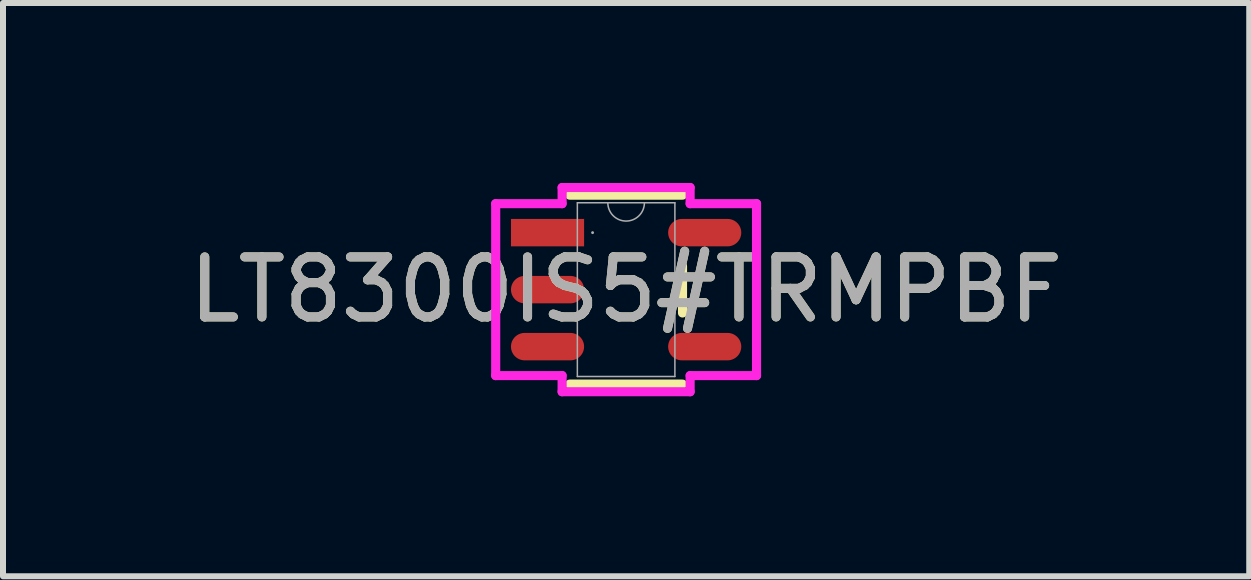
<source format=kicad_pcb>
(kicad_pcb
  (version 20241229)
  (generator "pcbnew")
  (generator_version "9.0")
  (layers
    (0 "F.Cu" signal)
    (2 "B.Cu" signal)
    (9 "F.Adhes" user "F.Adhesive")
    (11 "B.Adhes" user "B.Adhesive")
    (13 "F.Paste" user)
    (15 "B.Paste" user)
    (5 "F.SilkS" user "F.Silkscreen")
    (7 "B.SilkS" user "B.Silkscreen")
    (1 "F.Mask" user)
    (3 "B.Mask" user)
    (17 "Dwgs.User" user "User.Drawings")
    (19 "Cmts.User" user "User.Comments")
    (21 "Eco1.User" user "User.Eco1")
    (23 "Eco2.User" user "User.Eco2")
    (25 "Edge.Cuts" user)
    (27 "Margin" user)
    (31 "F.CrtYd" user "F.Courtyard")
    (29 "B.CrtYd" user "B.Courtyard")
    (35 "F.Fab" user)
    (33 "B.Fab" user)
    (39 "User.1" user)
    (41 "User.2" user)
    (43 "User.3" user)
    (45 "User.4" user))
  (footprint "LT8300IS5#TRMPBF"
    (layer "F.Cu")
    (at 7.387 1.778)
    (property "Reference" "LT8300IS5#TRMPBF" (at 0 0 0) (unlocked yes) (layer "F.SilkS") (effects (font (size 1 1) (thickness 0.15))))
    (attr smd)
    (fp_line (start -0.94 1.575) (end 0.94 1.575) (stroke (width 0.152) (type solid)) (layer "F.SilkS"))
    (fp_line (start 0.94 -1.575) (end -0.94 -1.575) (stroke (width 0.152) (type solid)) (layer "F.SilkS"))
    (fp_line (start 0.94 0.389) (end 0.94 -0.389) (stroke (width 0.152) (type solid)) (layer "F.SilkS"))
    (fp_line (start -2.174 -1.433) (end -1.067 -1.433) (stroke (width 0.152) (type solid)) (layer "F.CrtYd"))
    (fp_line (start -2.174 1.433) (end -2.174 -1.433) (stroke (width 0.152) (type solid)) (layer "F.CrtYd"))
    (fp_line (start -2.174 1.433) (end -1.067 1.433) (stroke (width 0.152) (type solid)) (layer "F.CrtYd"))
    (fp_line (start -1.067 -1.702) (end 1.067 -1.702) (stroke (width 0.152) (type solid)) (layer "F.CrtYd"))
    (fp_line (start -1.067 -1.433) (end -1.067 -1.702) (stroke (width 0.152) (type solid)) (layer "F.CrtYd"))
    (fp_line (start -1.067 1.702) (end -1.067 1.433) (stroke (width 0.152) (type solid)) (layer "F.CrtYd"))
    (fp_line (start 1.067 -1.702) (end 1.067 -1.433) (stroke (width 0.152) (type solid)) (layer "F.CrtYd"))
    (fp_line (start 1.067 1.433) (end 1.067 1.702) (stroke (width 0.152) (type solid)) (layer "F.CrtYd"))
    (fp_line (start 1.067 1.702) (end -1.067 1.702) (stroke (width 0.152) (type solid)) (layer "F.CrtYd"))
    (fp_line (start 2.174 -1.433) (end 1.067 -1.433) (stroke (width 0.152) (type solid)) (layer "F.CrtYd"))
    (fp_line (start 2.174 -1.433) (end 2.174 1.433) (stroke (width 0.152) (type solid)) (layer "F.CrtYd"))
    (fp_line (start 2.174 1.433) (end 1.067 1.433) (stroke (width 0.152) (type solid)) (layer "F.CrtYd"))
    (fp_line (start -0.813 -1.448) (end -0.813 1.448) (stroke (width 0.025) (type solid)) (layer "F.Fab"))
    (fp_line (start -0.813 1.448) (end 0.813 1.448) (stroke (width 0.025) (type solid)) (layer "F.Fab"))
    (fp_line (start 0.813 -1.448) (end -0.813 -1.448) (stroke (width 0.025) (type solid)) (layer "F.Fab"))
    (fp_line (start 0.813 1.448) (end 0.813 -1.448) (stroke (width 0.025) (type solid)) (layer "F.Fab"))
    (fp_arc (start 0.3048 -1.4478) (mid 0 -1.143) (end -0.3048 -1.4478) (stroke (width 0.0254) (type solid)) (layer "F.Fab"))
    (fp_circle (center -0.559 -0.95) (end -0.559 -0.95) (stroke (width 0.025) (type solid)) (fill no) (layer "F.Fab"))
    (fp_text user "${REFERENCE}" (at 0 0 0) (unlocked yes) (layer "F.Fab") (effects (font (size 1 1) (thickness 0.15))))
    (pad "1" smd rect (at -1.31 -0.95) (size 1.219 0.457) (layers "F.Cu" "F.Mask" "F.Paste"))
    (pad "2" smd oval (at -1.31 0) (size 1.219 0.457) (layers "F.Cu" "F.Mask" "F.Paste"))
    (pad "3" smd oval (at -1.31 0.95) (size 1.219 0.457) (layers "F.Cu" "F.Mask" "F.Paste"))
    (pad "4" smd oval (at 1.31 0.95) (size 1.219 0.457) (layers "F.Cu" "F.Mask" "F.Paste"))
    (pad "5" smd oval (at 1.31 -0.95) (size 1.219 0.457) (layers "F.Cu" "F.Mask" "F.Paste")))
  (gr_rect
    (start -3 -3)
    (end 17.774 6.556)
    (stroke (width 0.1) (type default))
    (fill no)
    (layer "Edge.Cuts")))
</source>
